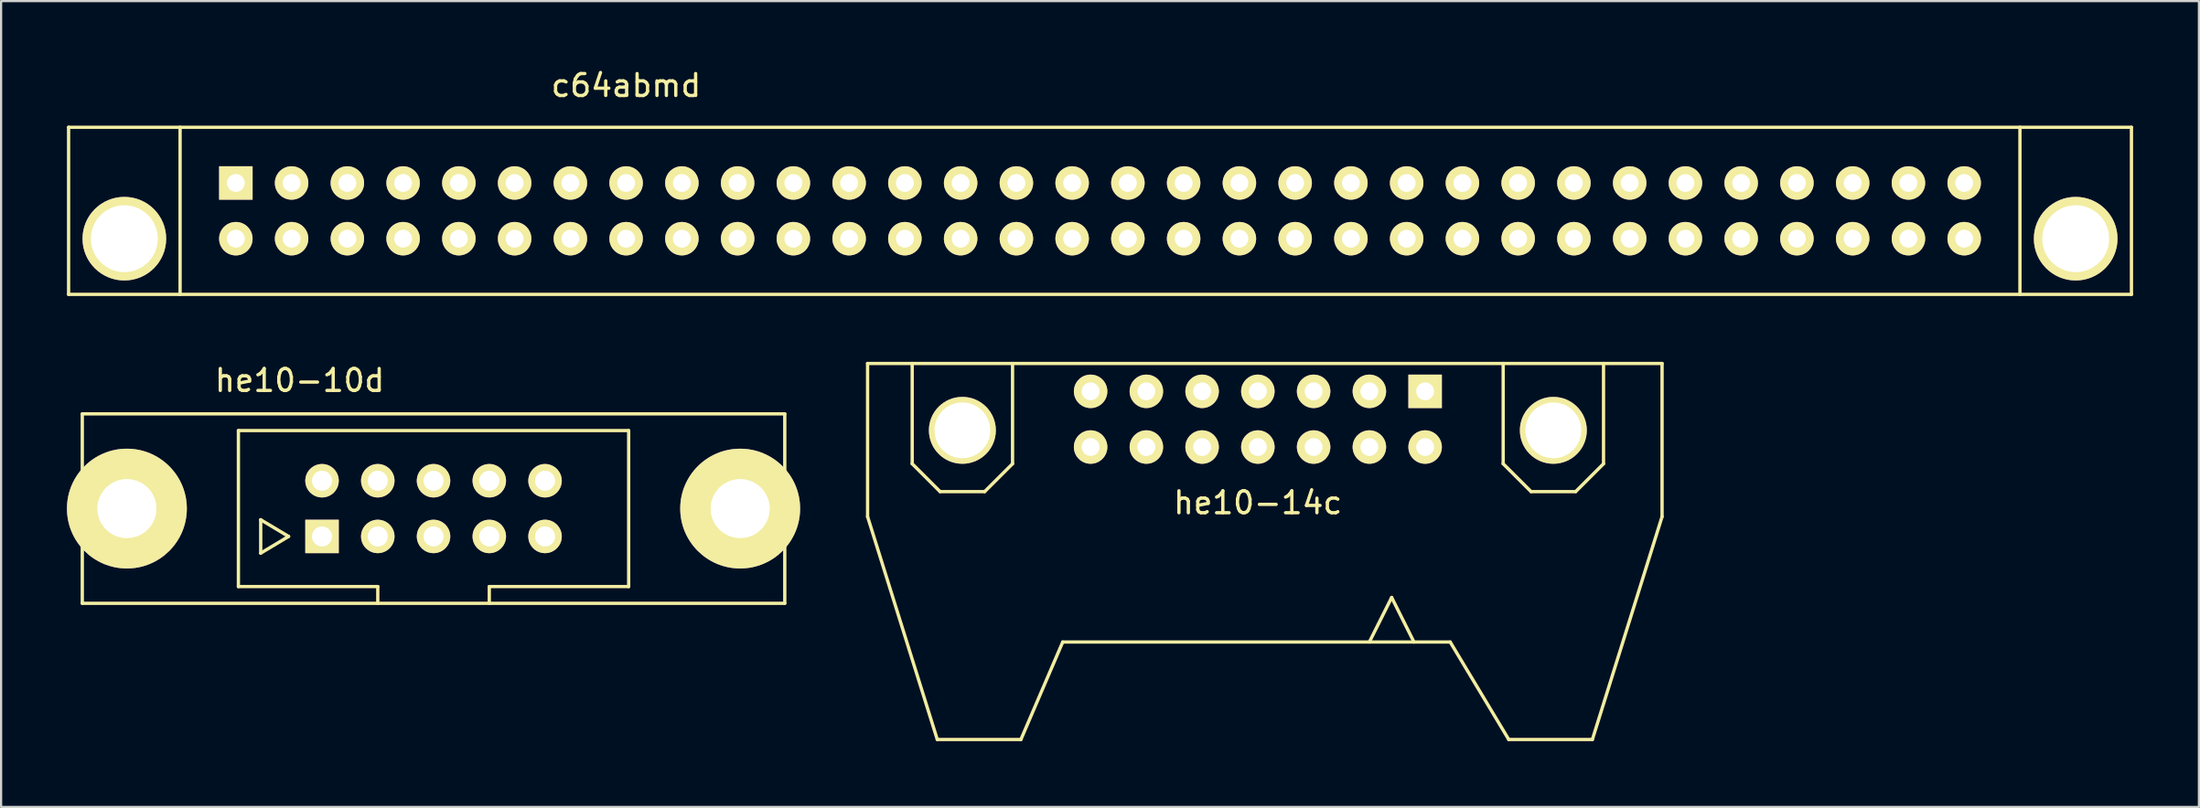
<source format=kicad_pcb>
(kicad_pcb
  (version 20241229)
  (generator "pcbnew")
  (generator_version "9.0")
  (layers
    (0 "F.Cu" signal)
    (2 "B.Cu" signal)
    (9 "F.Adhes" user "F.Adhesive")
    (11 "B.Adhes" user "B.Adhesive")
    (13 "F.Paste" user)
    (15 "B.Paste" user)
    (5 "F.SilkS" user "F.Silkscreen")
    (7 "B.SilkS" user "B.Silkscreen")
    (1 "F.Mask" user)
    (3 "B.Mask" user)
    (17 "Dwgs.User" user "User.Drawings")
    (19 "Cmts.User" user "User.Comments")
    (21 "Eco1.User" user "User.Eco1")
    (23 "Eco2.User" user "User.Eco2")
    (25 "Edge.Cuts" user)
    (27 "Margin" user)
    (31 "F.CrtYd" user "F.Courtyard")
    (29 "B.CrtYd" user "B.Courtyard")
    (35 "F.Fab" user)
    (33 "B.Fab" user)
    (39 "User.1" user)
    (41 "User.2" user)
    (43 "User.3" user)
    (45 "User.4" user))
  (footprint "c64abmd"
    (layer "F.Cu")
    (at 47.065 6.563)
    (property "Reference" "c64abmd" (at -21.59 -5.715 0) (layer "F.SilkS") (effects (font (size 1 1) (thickness 0.15))))
    (attr through_hole)
    (fp_line (start -46.99 -3.81) (end 46.99 -3.81) (stroke (width 0.15) (type solid)) (layer "F.SilkS"))
    (fp_line (start -46.99 3.81) (end -46.99 -3.81) (stroke (width 0.15) (type solid)) (layer "F.SilkS"))
    (fp_line (start -46.99 3.81) (end 46.99 3.81) (stroke (width 0.15) (type solid)) (layer "F.SilkS"))
    (fp_line (start -41.91 3.81) (end -41.91 -3.81) (stroke (width 0.15) (type solid)) (layer "F.SilkS"))
    (fp_line (start 41.91 3.81) (end 41.91 -3.81) (stroke (width 0.15) (type solid)) (layer "F.SilkS"))
    (fp_line (start 46.99 -3.81) (end 46.99 3.81) (stroke (width 0.15) (type solid)) (layer "F.SilkS"))
    (pad "65" thru_hole circle (at -44.45 1.27) (size 3.81 3.81) (drill 3.048) (layers "*.Cu" "*.Mask" "F.SilkS"))
    (pad "66" thru_hole circle (at 44.45 1.27) (size 3.81 3.81) (drill 3.048) (layers "*.Cu" "*.Mask" "F.SilkS"))
    (pad "A1" thru_hole rect (at -39.37 -1.27) (size 1.524 1.524) (drill 0.813) (layers "*.Cu" "*.Mask" "F.SilkS"))
    (pad "A2" thru_hole circle (at -36.83 -1.27) (size 1.524 1.524) (drill 0.813) (layers "*.Cu" "*.Mask" "F.SilkS"))
    (pad "A3" thru_hole circle (at -34.29 -1.27) (size 1.524 1.524) (drill 0.813) (layers "*.Cu" "*.Mask" "F.SilkS"))
    (pad "A4" thru_hole circle (at -31.75 -1.27) (size 1.524 1.524) (drill 0.813) (layers "*.Cu" "*.Mask" "F.SilkS"))
    (pad "A5" thru_hole circle (at -29.21 -1.27) (size 1.524 1.524) (drill 0.813) (layers "*.Cu" "*.Mask" "F.SilkS"))
    (pad "A6" thru_hole circle (at -26.67 -1.27) (size 1.524 1.524) (drill 0.813) (layers "*.Cu" "*.Mask" "F.SilkS"))
    (pad "A7" thru_hole circle (at -24.13 -1.27) (size 1.524 1.524) (drill 0.813) (layers "*.Cu" "*.Mask" "F.SilkS"))
    (pad "A8" thru_hole circle (at -21.59 -1.27) (size 1.524 1.524) (drill 0.813) (layers "*.Cu" "*.Mask" "F.SilkS"))
    (pad "A9" thru_hole circle (at -19.05 -1.27) (size 1.524 1.524) (drill 0.813) (layers "*.Cu" "*.Mask" "F.SilkS"))
    (pad "A10" thru_hole circle (at -16.51 -1.27) (size 1.524 1.524) (drill 0.813) (layers "*.Cu" "*.Mask" "F.SilkS"))
    (pad "A11" thru_hole circle (at -13.97 -1.27) (size 1.524 1.524) (drill 0.813) (layers "*.Cu" "*.Mask" "F.SilkS"))
    (pad "A12" thru_hole circle (at -11.43 -1.27) (size 1.524 1.524) (drill 0.813) (layers "*.Cu" "*.Mask" "F.SilkS"))
    (pad "A13" thru_hole circle (at -8.89 -1.27) (size 1.524 1.524) (drill 0.813) (layers "*.Cu" "*.Mask" "F.SilkS"))
    (pad "A14" thru_hole circle (at -6.35 -1.27) (size 1.524 1.524) (drill 0.813) (layers "*.Cu" "*.Mask" "F.SilkS"))
    (pad "A15" thru_hole circle (at -3.81 -1.27) (size 1.524 1.524) (drill 0.813) (layers "*.Cu" "*.Mask" "F.SilkS"))
    (pad "A16" thru_hole circle (at -1.27 -1.27) (size 1.524 1.524) (drill 0.813) (layers "*.Cu" "*.Mask" "F.SilkS"))
    (pad "A17" thru_hole circle (at 1.27 -1.27) (size 1.524 1.524) (drill 0.813) (layers "*.Cu" "*.Mask" "F.SilkS"))
    (pad "A18" thru_hole circle (at 3.81 -1.27) (size 1.524 1.524) (drill 0.813) (layers "*.Cu" "*.Mask" "F.SilkS"))
    (pad "A19" thru_hole circle (at 6.35 -1.27) (size 1.524 1.524) (drill 0.813) (layers "*.Cu" "*.Mask" "F.SilkS"))
    (pad "A20" thru_hole circle (at 8.89 -1.27) (size 1.524 1.524) (drill 0.813) (layers "*.Cu" "*.Mask" "F.SilkS"))
    (pad "A21" thru_hole circle (at 11.43 -1.27) (size 1.524 1.524) (drill 0.813) (layers "*.Cu" "*.Mask" "F.SilkS"))
    (pad "A22" thru_hole circle (at 13.97 -1.27) (size 1.524 1.524) (drill 0.813) (layers "*.Cu" "*.Mask" "F.SilkS"))
    (pad "A23" thru_hole circle (at 16.51 -1.27) (size 1.524 1.524) (drill 0.813) (layers "*.Cu" "*.Mask" "F.SilkS"))
    (pad "A24" thru_hole circle (at 19.05 -1.27) (size 1.524 1.524) (drill 0.813) (layers "*.Cu" "*.Mask" "F.SilkS"))
    (pad "A25" thru_hole circle (at 21.59 -1.27) (size 1.524 1.524) (drill 0.813) (layers "*.Cu" "*.Mask" "F.SilkS"))
    (pad "A26" thru_hole circle (at 24.13 -1.27) (size 1.524 1.524) (drill 0.813) (layers "*.Cu" "*.Mask" "F.SilkS"))
    (pad "A27" thru_hole circle (at 26.67 -1.27) (size 1.524 1.524) (drill 0.813) (layers "*.Cu" "*.Mask" "F.SilkS"))
    (pad "A28" thru_hole circle (at 29.21 -1.27) (size 1.524 1.524) (drill 0.813) (layers "*.Cu" "*.Mask" "F.SilkS"))
    (pad "A29" thru_hole circle (at 31.75 -1.27) (size 1.524 1.524) (drill 0.813) (layers "*.Cu" "*.Mask" "F.SilkS"))
    (pad "A30" thru_hole circle (at 34.29 -1.27) (size 1.524 1.524) (drill 0.813) (layers "*.Cu" "*.Mask" "F.SilkS"))
    (pad "A31" thru_hole circle (at 36.83 -1.27) (size 1.524 1.524) (drill 0.813) (layers "*.Cu" "*.Mask" "F.SilkS"))
    (pad "A32" thru_hole circle (at 39.37 -1.27) (size 1.524 1.524) (drill 0.813) (layers "*.Cu" "*.Mask" "F.SilkS"))
    (pad "B1" thru_hole circle (at -39.37 1.27) (size 1.524 1.524) (drill 0.813) (layers "*.Cu" "*.Mask" "F.SilkS"))
    (pad "B2" thru_hole circle (at -36.83 1.27) (size 1.524 1.524) (drill 0.813) (layers "*.Cu" "*.Mask" "F.SilkS"))
    (pad "B3" thru_hole circle (at -34.29 1.27) (size 1.524 1.524) (drill 0.813) (layers "*.Cu" "*.Mask" "F.SilkS"))
    (pad "B4" thru_hole circle (at -31.75 1.27) (size 1.524 1.524) (drill 0.813) (layers "*.Cu" "*.Mask" "F.SilkS"))
    (pad "B5" thru_hole circle (at -29.21 1.27) (size 1.524 1.524) (drill 0.813) (layers "*.Cu" "*.Mask" "F.SilkS"))
    (pad "B6" thru_hole circle (at -26.67 1.27) (size 1.524 1.524) (drill 0.813) (layers "*.Cu" "*.Mask" "F.SilkS"))
    (pad "B7" thru_hole circle (at -24.13 1.27) (size 1.524 1.524) (drill 0.813) (layers "*.Cu" "*.Mask" "F.SilkS"))
    (pad "B8" thru_hole circle (at -21.59 1.27) (size 1.524 1.524) (drill 0.813) (layers "*.Cu" "*.Mask" "F.SilkS"))
    (pad "B9" thru_hole circle (at -19.05 1.27) (size 1.524 1.524) (drill 0.813) (layers "*.Cu" "*.Mask" "F.SilkS"))
    (pad "B10" thru_hole circle (at -16.51 1.27) (size 1.524 1.524) (drill 0.813) (layers "*.Cu" "*.Mask" "F.SilkS"))
    (pad "B11" thru_hole circle (at -13.97 1.27) (size 1.524 1.524) (drill 0.813) (layers "*.Cu" "*.Mask" "F.SilkS"))
    (pad "B12" thru_hole circle (at -11.43 1.27) (size 1.524 1.524) (drill 0.813) (layers "*.Cu" "*.Mask" "F.SilkS"))
    (pad "B13" thru_hole circle (at -8.89 1.27) (size 1.524 1.524) (drill 0.813) (layers "*.Cu" "*.Mask" "F.SilkS"))
    (pad "B14" thru_hole circle (at -6.35 1.27) (size 1.524 1.524) (drill 0.813) (layers "*.Cu" "*.Mask" "F.SilkS"))
    (pad "B15" thru_hole circle (at -3.81 1.27) (size 1.524 1.524) (drill 0.813) (layers "*.Cu" "*.Mask" "F.SilkS"))
    (pad "B16" thru_hole circle (at -1.27 1.27) (size 1.524 1.524) (drill 0.813) (layers "*.Cu" "*.Mask" "F.SilkS"))
    (pad "B17" thru_hole circle (at 1.27 1.27) (size 1.524 1.524) (drill 0.813) (layers "*.Cu" "*.Mask" "F.SilkS"))
    (pad "B18" thru_hole circle (at 3.81 1.27) (size 1.524 1.524) (drill 0.813) (layers "*.Cu" "*.Mask" "F.SilkS"))
    (pad "B19" thru_hole circle (at 6.35 1.27) (size 1.524 1.524) (drill 0.813) (layers "*.Cu" "*.Mask" "F.SilkS"))
    (pad "B20" thru_hole circle (at 8.89 1.27) (size 1.524 1.524) (drill 0.813) (layers "*.Cu" "*.Mask" "F.SilkS"))
    (pad "B21" thru_hole circle (at 11.43 1.27) (size 1.524 1.524) (drill 0.813) (layers "*.Cu" "*.Mask" "F.SilkS"))
    (pad "B22" thru_hole circle (at 13.97 1.27) (size 1.524 1.524) (drill 0.813) (layers "*.Cu" "*.Mask" "F.SilkS"))
    (pad "B23" thru_hole circle (at 16.51 1.27) (size 1.524 1.524) (drill 0.813) (layers "*.Cu" "*.Mask" "F.SilkS"))
    (pad "B24" thru_hole circle (at 19.05 1.27) (size 1.524 1.524) (drill 0.813) (layers "*.Cu" "*.Mask" "F.SilkS"))
    (pad "B25" thru_hole circle (at 21.59 1.27) (size 1.524 1.524) (drill 0.813) (layers "*.Cu" "*.Mask" "F.SilkS"))
    (pad "B26" thru_hole circle (at 24.13 1.27) (size 1.524 1.524) (drill 0.813) (layers "*.Cu" "*.Mask" "F.SilkS"))
    (pad "B27" thru_hole circle (at 26.67 1.27) (size 1.524 1.524) (drill 0.813) (layers "*.Cu" "*.Mask" "F.SilkS"))
    (pad "B28" thru_hole circle (at 29.21 1.27) (size 1.524 1.524) (drill 0.813) (layers "*.Cu" "*.Mask" "F.SilkS"))
    (pad "B29" thru_hole circle (at 31.75 1.27) (size 1.524 1.524) (drill 0.813) (layers "*.Cu" "*.Mask" "F.SilkS"))
    (pad "B30" thru_hole circle (at 34.29 1.27) (size 1.524 1.524) (drill 0.813) (layers "*.Cu" "*.Mask" "F.SilkS"))
    (pad "B31" thru_hole circle (at 36.83 1.27) (size 1.524 1.524) (drill 0.813) (layers "*.Cu" "*.Mask" "F.SilkS"))
    (pad "B32" thru_hole circle (at 39.37 1.27) (size 1.524 1.524) (drill 0.813) (layers "*.Cu" "*.Mask" "F.SilkS")))
  (footprint "he10-14c"
    (layer "F.Cu")
    (at 54.256 16.063)
    (property "Reference" "he10-14c" (at 0 3.81 0) (layer "F.SilkS") (effects (font (size 1 1) (thickness 0.15))))
    (attr through_hole)
    (fp_line (start -17.78 -2.54) (end -17.78 4.445) (stroke (width 0.15) (type solid)) (layer "F.SilkS"))
    (fp_line (start -17.78 -2.54) (end 18.415 -2.54) (stroke (width 0.15) (type solid)) (layer "F.SilkS"))
    (fp_line (start -17.78 4.445) (end -14.605 14.605) (stroke (width 0.15) (type solid)) (layer "F.SilkS"))
    (fp_line (start -15.748 2.032) (end -15.748 -2.54) (stroke (width 0.15) (type solid)) (layer "F.SilkS"))
    (fp_line (start -14.605 14.605) (end -10.795 14.605) (stroke (width 0.15) (type solid)) (layer "F.SilkS"))
    (fp_line (start -14.478 3.302) (end -15.748 2.032) (stroke (width 0.15) (type solid)) (layer "F.SilkS"))
    (fp_line (start -12.446 3.302) (end -14.478 3.302) (stroke (width 0.15) (type solid)) (layer "F.SilkS"))
    (fp_line (start -11.176 -2.54) (end -11.176 2.032) (stroke (width 0.15) (type solid)) (layer "F.SilkS"))
    (fp_line (start -11.176 2.032) (end -12.446 3.302) (stroke (width 0.15) (type solid)) (layer "F.SilkS"))
    (fp_line (start -10.795 14.605) (end -8.89 10.16) (stroke (width 0.15) (type solid)) (layer "F.SilkS"))
    (fp_line (start -8.89 10.16) (end 8.763 10.16) (stroke (width 0.15) (type solid)) (layer "F.SilkS"))
    (fp_line (start 6.096 8.128) (end 5.08 10.16) (stroke (width 0.15) (type solid)) (layer "F.SilkS"))
    (fp_line (start 7.112 10.16) (end 6.096 8.128) (stroke (width 0.15) (type solid)) (layer "F.SilkS"))
    (fp_line (start 11.176 2.032) (end 11.176 -2.54) (stroke (width 0.15) (type solid)) (layer "F.SilkS"))
    (fp_line (start 11.43 14.605) (end 8.763 10.16) (stroke (width 0.15) (type solid)) (layer "F.SilkS"))
    (fp_line (start 12.446 3.302) (end 11.176 2.032) (stroke (width 0.15) (type solid)) (layer "F.SilkS"))
    (fp_line (start 14.478 3.302) (end 12.446 3.302) (stroke (width 0.15) (type solid)) (layer "F.SilkS"))
    (fp_line (start 15.24 14.605) (end 11.43 14.605) (stroke (width 0.15) (type solid)) (layer "F.SilkS"))
    (fp_line (start 15.748 -2.54) (end 15.748 2.032) (stroke (width 0.15) (type solid)) (layer "F.SilkS"))
    (fp_line (start 15.748 2.032) (end 14.478 3.302) (stroke (width 0.15) (type solid)) (layer "F.SilkS"))
    (fp_line (start 18.415 -2.54) (end 18.415 4.445) (stroke (width 0.15) (type solid)) (layer "F.SilkS"))
    (fp_line (start 18.415 4.445) (end 15.24 14.605) (stroke (width 0.15) (type solid)) (layer "F.SilkS"))
    (pad "0" thru_hole circle (at -13.462 0.508) (size 3.048 3.048) (drill 2.54) (layers "*.Cu" "*.Mask" "F.SilkS"))
    (pad "0" thru_hole circle (at 13.462 0.508) (size 3.048 3.048) (drill 2.54) (layers "*.Cu" "*.Mask" "F.SilkS"))
    (pad "1" thru_hole rect (at 7.62 -1.27) (size 1.524 1.524) (drill 0.813) (layers "*.Cu" "*.Mask" "F.SilkS"))
    (pad "2" thru_hole circle (at 7.62 1.27) (size 1.524 1.524) (drill 0.813) (layers "*.Cu" "*.Mask" "F.SilkS"))
    (pad "3" thru_hole circle (at 5.08 -1.27) (size 1.524 1.524) (drill 0.813) (layers "*.Cu" "*.Mask" "F.SilkS"))
    (pad "4" thru_hole circle (at 5.08 1.27) (size 1.524 1.524) (drill 0.813) (layers "*.Cu" "*.Mask" "F.SilkS"))
    (pad "5" thru_hole circle (at 2.54 -1.27) (size 1.524 1.524) (drill 0.813) (layers "*.Cu" "*.Mask" "F.SilkS"))
    (pad "6" thru_hole circle (at 0 1.27) (size 1.524 1.524) (drill 0.813) (layers "*.Cu" "*.Mask" "F.SilkS"))
    (pad "7" thru_hole circle (at 0 -1.27) (size 1.524 1.524) (drill 0.813) (layers "*.Cu" "*.Mask" "F.SilkS"))
    (pad "8" thru_hole circle (at 2.54 1.27) (size 1.524 1.524) (drill 0.813) (layers "*.Cu" "*.Mask" "F.SilkS"))
    (pad "9" thru_hole circle (at -2.54 -1.27) (size 1.524 1.524) (drill 0.813) (layers "*.Cu" "*.Mask" "F.SilkS"))
    (pad "10" thru_hole circle (at -2.54 1.27) (size 1.524 1.524) (drill 0.813) (layers "*.Cu" "*.Mask" "F.SilkS"))
    (pad "11" thru_hole circle (at -5.08 -1.27) (size 1.524 1.524) (drill 0.813) (layers "*.Cu" "*.Mask" "F.SilkS"))
    (pad "12" thru_hole circle (at -5.08 1.27) (size 1.524 1.524) (drill 0.813) (layers "*.Cu" "*.Mask" "F.SilkS"))
    (pad "13" thru_hole circle (at -7.62 -1.27) (size 1.524 1.524) (drill 0.813) (layers "*.Cu" "*.Mask" "F.SilkS"))
    (pad "14" thru_hole circle (at -7.62 1.27) (size 1.524 1.524) (drill 0.813) (layers "*.Cu" "*.Mask" "F.SilkS")))
  (footprint "he10-10d"
    (layer "F.Cu")
    (at 16.701 20.139)
    (property "Reference" "he10-10d" (at -6.096 -5.842 0) (layer "F.SilkS") (effects (font (size 1 1) (thickness 0.15))))
    (attr through_hole)
    (fp_line (start -16.002 -4.318) (end 16.002 -4.318) (stroke (width 0.15) (type solid)) (layer "F.SilkS"))
    (fp_line (start -16.002 4.318) (end -16.002 -4.318) (stroke (width 0.15) (type solid)) (layer "F.SilkS"))
    (fp_line (start -8.89 -3.556) (end 8.89 -3.556) (stroke (width 0.15) (type solid)) (layer "F.SilkS"))
    (fp_line (start -8.89 3.556) (end -8.89 -3.556) (stroke (width 0.15) (type solid)) (layer "F.SilkS"))
    (fp_line (start -7.874 0.508) (end -7.874 2.032) (stroke (width 0.15) (type solid)) (layer "F.SilkS"))
    (fp_line (start -7.874 2.032) (end -6.604 1.27) (stroke (width 0.15) (type solid)) (layer "F.SilkS"))
    (fp_line (start -6.604 1.27) (end -7.874 0.508) (stroke (width 0.15) (type solid)) (layer "F.SilkS"))
    (fp_line (start -2.54 3.556) (end -8.89 3.556) (stroke (width 0.15) (type solid)) (layer "F.SilkS"))
    (fp_line (start -2.54 4.318) (end -2.54 3.556) (stroke (width 0.15) (type solid)) (layer "F.SilkS"))
    (fp_line (start 2.54 3.556) (end 2.54 4.318) (stroke (width 0.15) (type solid)) (layer "F.SilkS"))
    (fp_line (start 8.89 3.556) (end 2.54 3.556) (stroke (width 0.15) (type solid)) (layer "F.SilkS"))
    (fp_line (start 8.89 3.556) (end 8.89 -3.556) (stroke (width 0.15) (type solid)) (layer "F.SilkS"))
    (fp_line (start 16.002 -4.318) (end 16.002 4.318) (stroke (width 0.15) (type solid)) (layer "F.SilkS"))
    (fp_line (start 16.002 4.318) (end -16.002 4.318) (stroke (width 0.15) (type solid)) (layer "F.SilkS"))
    (pad "" thru_hole circle (at -13.97 0) (size 5.461 5.461) (drill 2.692) (layers "*.Cu" "*.Mask" "F.SilkS"))
    (pad "" thru_hole circle (at 13.97 0) (size 5.461 5.461) (drill 2.692) (layers "*.Cu" "*.Mask" "F.SilkS"))
    (pad "1" thru_hole rect (at -5.08 1.27) (size 1.524 1.524) (drill 0.914) (layers "*.Cu" "*.Mask" "F.SilkS"))
    (pad "2" thru_hole circle (at -5.08 -1.27) (size 1.524 1.524) (drill 0.914) (layers "*.Cu" "*.Mask" "F.SilkS"))
    (pad "3" thru_hole circle (at -2.54 1.27) (size 1.524 1.524) (drill 0.914) (layers "*.Cu" "*.Mask" "F.SilkS"))
    (pad "4" thru_hole circle (at -2.54 -1.27) (size 1.524 1.524) (drill 0.914) (layers "*.Cu" "*.Mask" "F.SilkS"))
    (pad "5" thru_hole circle (at 0 1.27) (size 1.524 1.524) (drill 0.914) (layers "*.Cu" "*.Mask" "F.SilkS"))
    (pad "6" thru_hole circle (at 0 -1.27) (size 1.524 1.524) (drill 0.914) (layers "*.Cu" "*.Mask" "F.SilkS"))
    (pad "7" thru_hole circle (at 2.54 1.27) (size 1.524 1.524) (drill 0.914) (layers "*.Cu" "*.Mask" "F.SilkS"))
    (pad "8" thru_hole circle (at 2.54 -1.27) (size 1.524 1.524) (drill 0.914) (layers "*.Cu" "*.Mask" "F.SilkS"))
    (pad "9" thru_hole circle (at 5.08 1.27) (size 1.524 1.524) (drill 0.914) (layers "*.Cu" "*.Mask" "F.SilkS"))
    (pad "10" thru_hole circle (at 5.08 -1.27) (size 1.524 1.524) (drill 0.914) (layers "*.Cu" "*.Mask" "F.SilkS")))
  (gr_rect
    (start -3 -3)
    (end 97.13 33.743)
    (stroke (width 0.1) (type default))
    (fill no)
    (layer "Edge.Cuts")))
</source>
